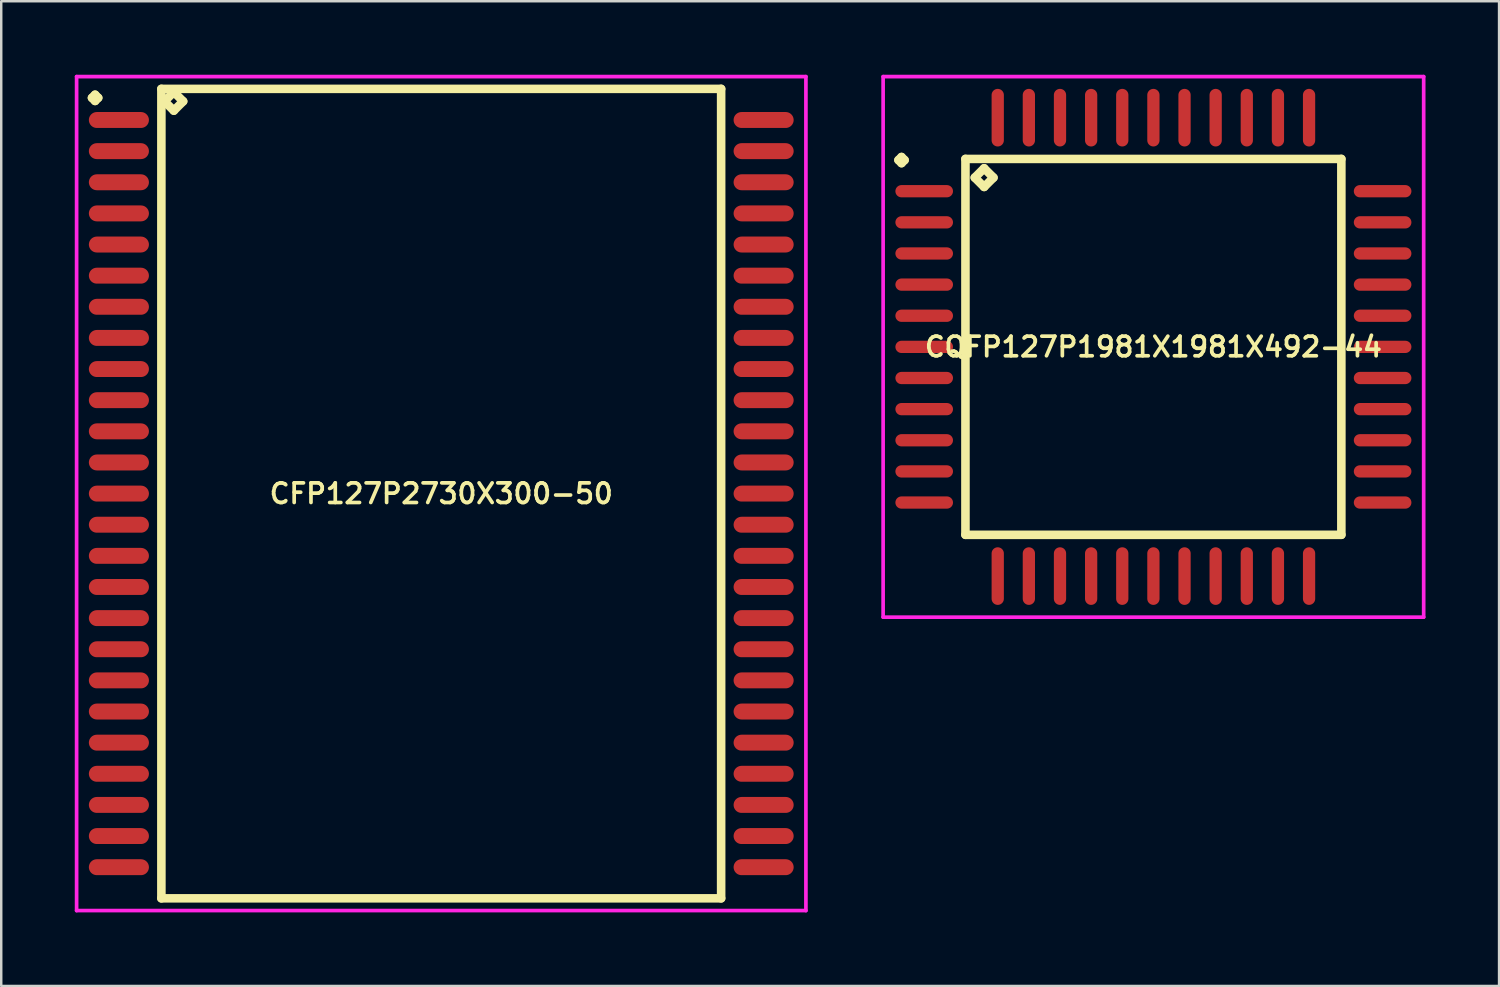
<source format=kicad_pcb>
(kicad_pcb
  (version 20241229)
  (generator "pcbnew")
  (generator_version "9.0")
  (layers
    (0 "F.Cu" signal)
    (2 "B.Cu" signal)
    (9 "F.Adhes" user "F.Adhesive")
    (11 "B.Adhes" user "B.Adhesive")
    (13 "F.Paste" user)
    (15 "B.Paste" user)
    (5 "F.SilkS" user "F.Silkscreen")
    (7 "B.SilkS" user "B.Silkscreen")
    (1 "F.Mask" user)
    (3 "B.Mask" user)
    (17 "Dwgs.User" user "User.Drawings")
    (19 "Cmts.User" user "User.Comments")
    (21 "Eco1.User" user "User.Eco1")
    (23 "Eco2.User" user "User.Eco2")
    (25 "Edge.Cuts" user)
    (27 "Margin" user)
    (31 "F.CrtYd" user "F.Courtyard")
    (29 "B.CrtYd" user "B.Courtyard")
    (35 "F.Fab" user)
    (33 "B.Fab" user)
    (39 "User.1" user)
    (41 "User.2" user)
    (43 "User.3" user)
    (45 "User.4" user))
  (footprint "CQFP127P1981X1981X492-44"
    (layer "F.Cu")
    (at 44 11.1)
    (property "Reference" "CQFP127P1981X1981X492-44" (at 0 0 0) (layer "F.SilkS") (effects (font (size 0.8 0.8) (thickness 0.15))))
    (attr smd)
    (fp_line (start -10.4 -7.62) (end -10.275 -7.745) (stroke (width 0.35) (type solid)) (layer "F.SilkS"))
    (fp_line (start -10.275 -7.745) (end -10.15 -7.62) (stroke (width 0.35) (type solid)) (layer "F.SilkS"))
    (fp_line (start -10.275 -7.495) (end -10.4 -7.62) (stroke (width 0.35) (type solid)) (layer "F.SilkS"))
    (fp_line (start -10.15 -7.62) (end -10.275 -7.495) (stroke (width 0.35) (type solid)) (layer "F.SilkS"))
    (fp_line (start -7.667 -7.667) (end -7.667 7.667) (stroke (width 0.35) (type solid)) (layer "F.SilkS"))
    (fp_line (start -7.667 7.667) (end 7.667 7.667) (stroke (width 0.35) (type solid)) (layer "F.SilkS"))
    (fp_line (start -7.286 -6.905) (end -6.905 -7.286) (stroke (width 0.35) (type solid)) (layer "F.SilkS"))
    (fp_line (start -6.905 -7.286) (end -6.524 -6.905) (stroke (width 0.35) (type solid)) (layer "F.SilkS"))
    (fp_line (start -6.905 -6.524) (end -7.286 -6.905) (stroke (width 0.35) (type solid)) (layer "F.SilkS"))
    (fp_line (start -6.524 -6.905) (end -6.905 -6.524) (stroke (width 0.35) (type solid)) (layer "F.SilkS"))
    (fp_line (start 7.667 -7.667) (end -7.667 -7.667) (stroke (width 0.35) (type solid)) (layer "F.SilkS"))
    (fp_line (start 7.667 7.667) (end 7.667 -7.667) (stroke (width 0.35) (type solid)) (layer "F.SilkS"))
    (fp_line (start -11.025 -11.025) (end 11.025 -11.025) (stroke (width 0.15) (type solid)) (layer "F.CrtYd"))
    (fp_line (start -11.025 11.025) (end -11.025 -11.025) (stroke (width 0.15) (type solid)) (layer "F.CrtYd"))
    (fp_line (start 11.025 -11.025) (end 11.025 11.025) (stroke (width 0.15) (type solid)) (layer "F.CrtYd"))
    (fp_line (start 11.025 11.025) (end -11.025 11.025) (stroke (width 0.15) (type solid)) (layer "F.CrtYd"))
    (pad "1" smd oval (at -9.35 -6.35) (size 2.35 0.5) (layers "F.Cu" "F.Mask" "F.Paste"))
    (pad "2" smd oval (at -9.35 -5.08) (size 2.35 0.5) (layers "F.Cu" "F.Mask" "F.Paste"))
    (pad "3" smd oval (at -9.35 -3.81) (size 2.35 0.5) (layers "F.Cu" "F.Mask" "F.Paste"))
    (pad "4" smd oval (at -9.35 -2.54) (size 2.35 0.5) (layers "F.Cu" "F.Mask" "F.Paste"))
    (pad "5" smd oval (at -9.35 -1.27) (size 2.35 0.5) (layers "F.Cu" "F.Mask" "F.Paste"))
    (pad "6" smd oval (at -9.35 0) (size 2.35 0.5) (layers "F.Cu" "F.Mask" "F.Paste"))
    (pad "7" smd oval (at -9.35 1.27) (size 2.35 0.5) (layers "F.Cu" "F.Mask" "F.Paste"))
    (pad "8" smd oval (at -9.35 2.54) (size 2.35 0.5) (layers "F.Cu" "F.Mask" "F.Paste"))
    (pad "9" smd oval (at -9.35 3.81) (size 2.35 0.5) (layers "F.Cu" "F.Mask" "F.Paste"))
    (pad "10" smd oval (at -9.35 5.08) (size 2.35 0.5) (layers "F.Cu" "F.Mask" "F.Paste"))
    (pad "11" smd oval (at -9.35 6.35) (size 2.35 0.5) (layers "F.Cu" "F.Mask" "F.Paste"))
    (pad "12" smd oval (at -6.35 9.35) (size 0.5 2.35) (layers "F.Cu" "F.Mask" "F.Paste"))
    (pad "13" smd oval (at -5.08 9.35) (size 0.5 2.35) (layers "F.Cu" "F.Mask" "F.Paste"))
    (pad "14" smd oval (at -3.81 9.35) (size 0.5 2.35) (layers "F.Cu" "F.Mask" "F.Paste"))
    (pad "15" smd oval (at -2.54 9.35) (size 0.5 2.35) (layers "F.Cu" "F.Mask" "F.Paste"))
    (pad "16" smd oval (at -1.27 9.35) (size 0.5 2.35) (layers "F.Cu" "F.Mask" "F.Paste"))
    (pad "17" smd oval (at 0 9.35) (size 0.5 2.35) (layers "F.Cu" "F.Mask" "F.Paste"))
    (pad "18" smd oval (at 1.27 9.35) (size 0.5 2.35) (layers "F.Cu" "F.Mask" "F.Paste"))
    (pad "19" smd oval (at 2.54 9.35) (size 0.5 2.35) (layers "F.Cu" "F.Mask" "F.Paste"))
    (pad "20" smd oval (at 3.81 9.35) (size 0.5 2.35) (layers "F.Cu" "F.Mask" "F.Paste"))
    (pad "21" smd oval (at 5.08 9.35) (size 0.5 2.35) (layers "F.Cu" "F.Mask" "F.Paste"))
    (pad "22" smd oval (at 6.35 9.35) (size 0.5 2.35) (layers "F.Cu" "F.Mask" "F.Paste"))
    (pad "23" smd oval (at 9.35 6.35) (size 2.35 0.5) (layers "F.Cu" "F.Mask" "F.Paste"))
    (pad "24" smd oval (at 9.35 5.08) (size 2.35 0.5) (layers "F.Cu" "F.Mask" "F.Paste"))
    (pad "25" smd oval (at 9.35 3.81) (size 2.35 0.5) (layers "F.Cu" "F.Mask" "F.Paste"))
    (pad "26" smd oval (at 9.35 2.54) (size 2.35 0.5) (layers "F.Cu" "F.Mask" "F.Paste"))
    (pad "27" smd oval (at 9.35 1.27) (size 2.35 0.5) (layers "F.Cu" "F.Mask" "F.Paste"))
    (pad "28" smd oval (at 9.35 0) (size 2.35 0.5) (layers "F.Cu" "F.Mask" "F.Paste"))
    (pad "29" smd oval (at 9.35 -1.27) (size 2.35 0.5) (layers "F.Cu" "F.Mask" "F.Paste"))
    (pad "30" smd oval (at 9.35 -2.54) (size 2.35 0.5) (layers "F.Cu" "F.Mask" "F.Paste"))
    (pad "31" smd oval (at 9.35 -3.81) (size 2.35 0.5) (layers "F.Cu" "F.Mask" "F.Paste"))
    (pad "32" smd oval (at 9.35 -5.08) (size 2.35 0.5) (layers "F.Cu" "F.Mask" "F.Paste"))
    (pad "33" smd oval (at 9.35 -6.35) (size 2.35 0.5) (layers "F.Cu" "F.Mask" "F.Paste"))
    (pad "34" smd oval (at 6.35 -9.35) (size 0.5 2.35) (layers "F.Cu" "F.Mask" "F.Paste"))
    (pad "35" smd oval (at 5.08 -9.35) (size 0.5 2.35) (layers "F.Cu" "F.Mask" "F.Paste"))
    (pad "36" smd oval (at 3.81 -9.35) (size 0.5 2.35) (layers "F.Cu" "F.Mask" "F.Paste"))
    (pad "37" smd oval (at 2.54 -9.35) (size 0.5 2.35) (layers "F.Cu" "F.Mask" "F.Paste"))
    (pad "38" smd oval (at 1.27 -9.35) (size 0.5 2.35) (layers "F.Cu" "F.Mask" "F.Paste"))
    (pad "39" smd oval (at 0 -9.35) (size 0.5 2.35) (layers "F.Cu" "F.Mask" "F.Paste"))
    (pad "40" smd oval (at -1.27 -9.35) (size 0.5 2.35) (layers "F.Cu" "F.Mask" "F.Paste"))
    (pad "41" smd oval (at -2.54 -9.35) (size 0.5 2.35) (layers "F.Cu" "F.Mask" "F.Paste"))
    (pad "42" smd oval (at -3.81 -9.35) (size 0.5 2.35) (layers "F.Cu" "F.Mask" "F.Paste"))
    (pad "43" smd oval (at -5.08 -9.35) (size 0.5 2.35) (layers "F.Cu" "F.Mask" "F.Paste"))
    (pad "44" smd oval (at -6.35 -9.35) (size 0.5 2.35) (layers "F.Cu" "F.Mask" "F.Paste")))
  (footprint "CFP127P2730X300-50"
    (layer "F.Cu")
    (at 14.95 17.085)
    (property "Reference" "CFP127P2730X300-50" (at 0 0 0) (layer "F.SilkS") (effects (font (size 0.8 0.8) (thickness 0.15))))
    (attr smd)
    (fp_line (start -14.248 -16.144) (end -14.121 -16.271) (stroke (width 0.35) (type solid)) (layer "F.SilkS"))
    (fp_line (start -14.121 -16.271) (end -13.994 -16.144) (stroke (width 0.35) (type solid)) (layer "F.SilkS"))
    (fp_line (start -14.121 -16.017) (end -14.248 -16.144) (stroke (width 0.35) (type solid)) (layer "F.SilkS"))
    (fp_line (start -13.994 -16.144) (end -14.121 -16.017) (stroke (width 0.35) (type solid)) (layer "F.SilkS"))
    (fp_line (start -11.417 -16.51) (end -11.417 16.51) (stroke (width 0.35) (type solid)) (layer "F.SilkS"))
    (fp_line (start -11.417 16.51) (end 11.417 16.51) (stroke (width 0.35) (type solid)) (layer "F.SilkS"))
    (fp_line (start -11.29 -16.002) (end -10.909 -16.383) (stroke (width 0.35) (type solid)) (layer "F.SilkS"))
    (fp_line (start -10.909 -16.383) (end -10.528 -16.002) (stroke (width 0.35) (type solid)) (layer "F.SilkS"))
    (fp_line (start -10.909 -15.621) (end -11.29 -16.002) (stroke (width 0.35) (type solid)) (layer "F.SilkS"))
    (fp_line (start -10.528 -16.002) (end -10.909 -15.621) (stroke (width 0.35) (type solid)) (layer "F.SilkS"))
    (fp_line (start 11.417 -16.51) (end -11.417 -16.51) (stroke (width 0.35) (type solid)) (layer "F.SilkS"))
    (fp_line (start 11.417 16.51) (end 11.417 -16.51) (stroke (width 0.35) (type solid)) (layer "F.SilkS"))
    (fp_line (start -14.875 -17.01) (end 14.875 -17.01) (stroke (width 0.15) (type solid)) (layer "F.CrtYd"))
    (fp_line (start -14.875 17.01) (end -14.875 -17.01) (stroke (width 0.15) (type solid)) (layer "F.CrtYd"))
    (fp_line (start 14.875 -17.01) (end 14.875 17.01) (stroke (width 0.15) (type solid)) (layer "F.CrtYd"))
    (fp_line (start 14.875 17.01) (end -14.875 17.01) (stroke (width 0.15) (type solid)) (layer "F.CrtYd"))
    (pad "1" smd oval (at -13.15 -15.24) (size 2.45 0.65) (layers "F.Cu" "F.Mask" "F.Paste"))
    (pad "2" smd oval (at -13.15 -13.97) (size 2.45 0.65) (layers "F.Cu" "F.Mask" "F.Paste"))
    (pad "3" smd oval (at -13.15 -12.7) (size 2.45 0.65) (layers "F.Cu" "F.Mask" "F.Paste"))
    (pad "4" smd oval (at -13.15 -11.43) (size 2.45 0.65) (layers "F.Cu" "F.Mask" "F.Paste"))
    (pad "5" smd oval (at -13.15 -10.16) (size 2.45 0.65) (layers "F.Cu" "F.Mask" "F.Paste"))
    (pad "6" smd oval (at -13.15 -8.89) (size 2.45 0.65) (layers "F.Cu" "F.Mask" "F.Paste"))
    (pad "7" smd oval (at -13.15 -7.62) (size 2.45 0.65) (layers "F.Cu" "F.Mask" "F.Paste"))
    (pad "8" smd oval (at -13.15 -6.35) (size 2.45 0.65) (layers "F.Cu" "F.Mask" "F.Paste"))
    (pad "9" smd oval (at -13.15 -5.08) (size 2.45 0.65) (layers "F.Cu" "F.Mask" "F.Paste"))
    (pad "10" smd oval (at -13.15 -3.81) (size 2.45 0.65) (layers "F.Cu" "F.Mask" "F.Paste"))
    (pad "11" smd oval (at -13.15 -2.54) (size 2.45 0.65) (layers "F.Cu" "F.Mask" "F.Paste"))
    (pad "12" smd oval (at -13.15 -1.27) (size 2.45 0.65) (layers "F.Cu" "F.Mask" "F.Paste"))
    (pad "13" smd oval (at -13.15 0) (size 2.45 0.65) (layers "F.Cu" "F.Mask" "F.Paste"))
    (pad "14" smd oval (at -13.15 1.27) (size 2.45 0.65) (layers "F.Cu" "F.Mask" "F.Paste"))
    (pad "15" smd oval (at -13.15 2.54) (size 2.45 0.65) (layers "F.Cu" "F.Mask" "F.Paste"))
    (pad "16" smd oval (at -13.15 3.81) (size 2.45 0.65) (layers "F.Cu" "F.Mask" "F.Paste"))
    (pad "17" smd oval (at -13.15 5.08) (size 2.45 0.65) (layers "F.Cu" "F.Mask" "F.Paste"))
    (pad "18" smd oval (at -13.15 6.35) (size 2.45 0.65) (layers "F.Cu" "F.Mask" "F.Paste"))
    (pad "19" smd oval (at -13.15 7.62) (size 2.45 0.65) (layers "F.Cu" "F.Mask" "F.Paste"))
    (pad "20" smd oval (at -13.15 8.89) (size 2.45 0.65) (layers "F.Cu" "F.Mask" "F.Paste"))
    (pad "21" smd oval (at -13.15 10.16) (size 2.45 0.65) (layers "F.Cu" "F.Mask" "F.Paste"))
    (pad "22" smd oval (at -13.15 11.43) (size 2.45 0.65) (layers "F.Cu" "F.Mask" "F.Paste"))
    (pad "23" smd oval (at -13.15 12.7) (size 2.45 0.65) (layers "F.Cu" "F.Mask" "F.Paste"))
    (pad "24" smd oval (at -13.15 13.97) (size 2.45 0.65) (layers "F.Cu" "F.Mask" "F.Paste"))
    (pad "25" smd oval (at -13.15 15.24) (size 2.45 0.65) (layers "F.Cu" "F.Mask" "F.Paste"))
    (pad "26" smd oval (at 13.15 15.24) (size 2.45 0.65) (layers "F.Cu" "F.Mask" "F.Paste"))
    (pad "27" smd oval (at 13.15 13.97) (size 2.45 0.65) (layers "F.Cu" "F.Mask" "F.Paste"))
    (pad "28" smd oval (at 13.15 12.7) (size 2.45 0.65) (layers "F.Cu" "F.Mask" "F.Paste"))
    (pad "29" smd oval (at 13.15 11.43) (size 2.45 0.65) (layers "F.Cu" "F.Mask" "F.Paste"))
    (pad "30" smd oval (at 13.15 10.16) (size 2.45 0.65) (layers "F.Cu" "F.Mask" "F.Paste"))
    (pad "31" smd oval (at 13.15 8.89) (size 2.45 0.65) (layers "F.Cu" "F.Mask" "F.Paste"))
    (pad "32" smd oval (at 13.15 7.62) (size 2.45 0.65) (layers "F.Cu" "F.Mask" "F.Paste"))
    (pad "33" smd oval (at 13.15 6.35) (size 2.45 0.65) (layers "F.Cu" "F.Mask" "F.Paste"))
    (pad "34" smd oval (at 13.15 5.08) (size 2.45 0.65) (layers "F.Cu" "F.Mask" "F.Paste"))
    (pad "35" smd oval (at 13.15 3.81) (size 2.45 0.65) (layers "F.Cu" "F.Mask" "F.Paste"))
    (pad "36" smd oval (at 13.15 2.54) (size 2.45 0.65) (layers "F.Cu" "F.Mask" "F.Paste"))
    (pad "37" smd oval (at 13.15 1.27) (size 2.45 0.65) (layers "F.Cu" "F.Mask" "F.Paste"))
    (pad "38" smd oval (at 13.15 0) (size 2.45 0.65) (layers "F.Cu" "F.Mask" "F.Paste"))
    (pad "39" smd oval (at 13.15 -1.27) (size 2.45 0.65) (layers "F.Cu" "F.Mask" "F.Paste"))
    (pad "40" smd oval (at 13.15 -2.54) (size 2.45 0.65) (layers "F.Cu" "F.Mask" "F.Paste"))
    (pad "41" smd oval (at 13.15 -3.81) (size 2.45 0.65) (layers "F.Cu" "F.Mask" "F.Paste"))
    (pad "42" smd oval (at 13.15 -5.08) (size 2.45 0.65) (layers "F.Cu" "F.Mask" "F.Paste"))
    (pad "43" smd oval (at 13.15 -6.35) (size 2.45 0.65) (layers "F.Cu" "F.Mask" "F.Paste"))
    (pad "44" smd oval (at 13.15 -7.62) (size 2.45 0.65) (layers "F.Cu" "F.Mask" "F.Paste"))
    (pad "45" smd oval (at 13.15 -8.89) (size 2.45 0.65) (layers "F.Cu" "F.Mask" "F.Paste"))
    (pad "46" smd oval (at 13.15 -10.16) (size 2.45 0.65) (layers "F.Cu" "F.Mask" "F.Paste"))
    (pad "47" smd oval (at 13.15 -11.43) (size 2.45 0.65) (layers "F.Cu" "F.Mask" "F.Paste"))
    (pad "48" smd oval (at 13.15 -12.7) (size 2.45 0.65) (layers "F.Cu" "F.Mask" "F.Paste"))
    (pad "49" smd oval (at 13.15 -13.97) (size 2.45 0.65) (layers "F.Cu" "F.Mask" "F.Paste"))
    (pad "50" smd oval (at 13.15 -15.24) (size 2.45 0.65) (layers "F.Cu" "F.Mask" "F.Paste")))
  (gr_rect
    (start -3 -3)
    (end 58.1 37.17)
    (stroke (width 0.1) (type default))
    (fill no)
    (layer "Edge.Cuts")))
</source>
